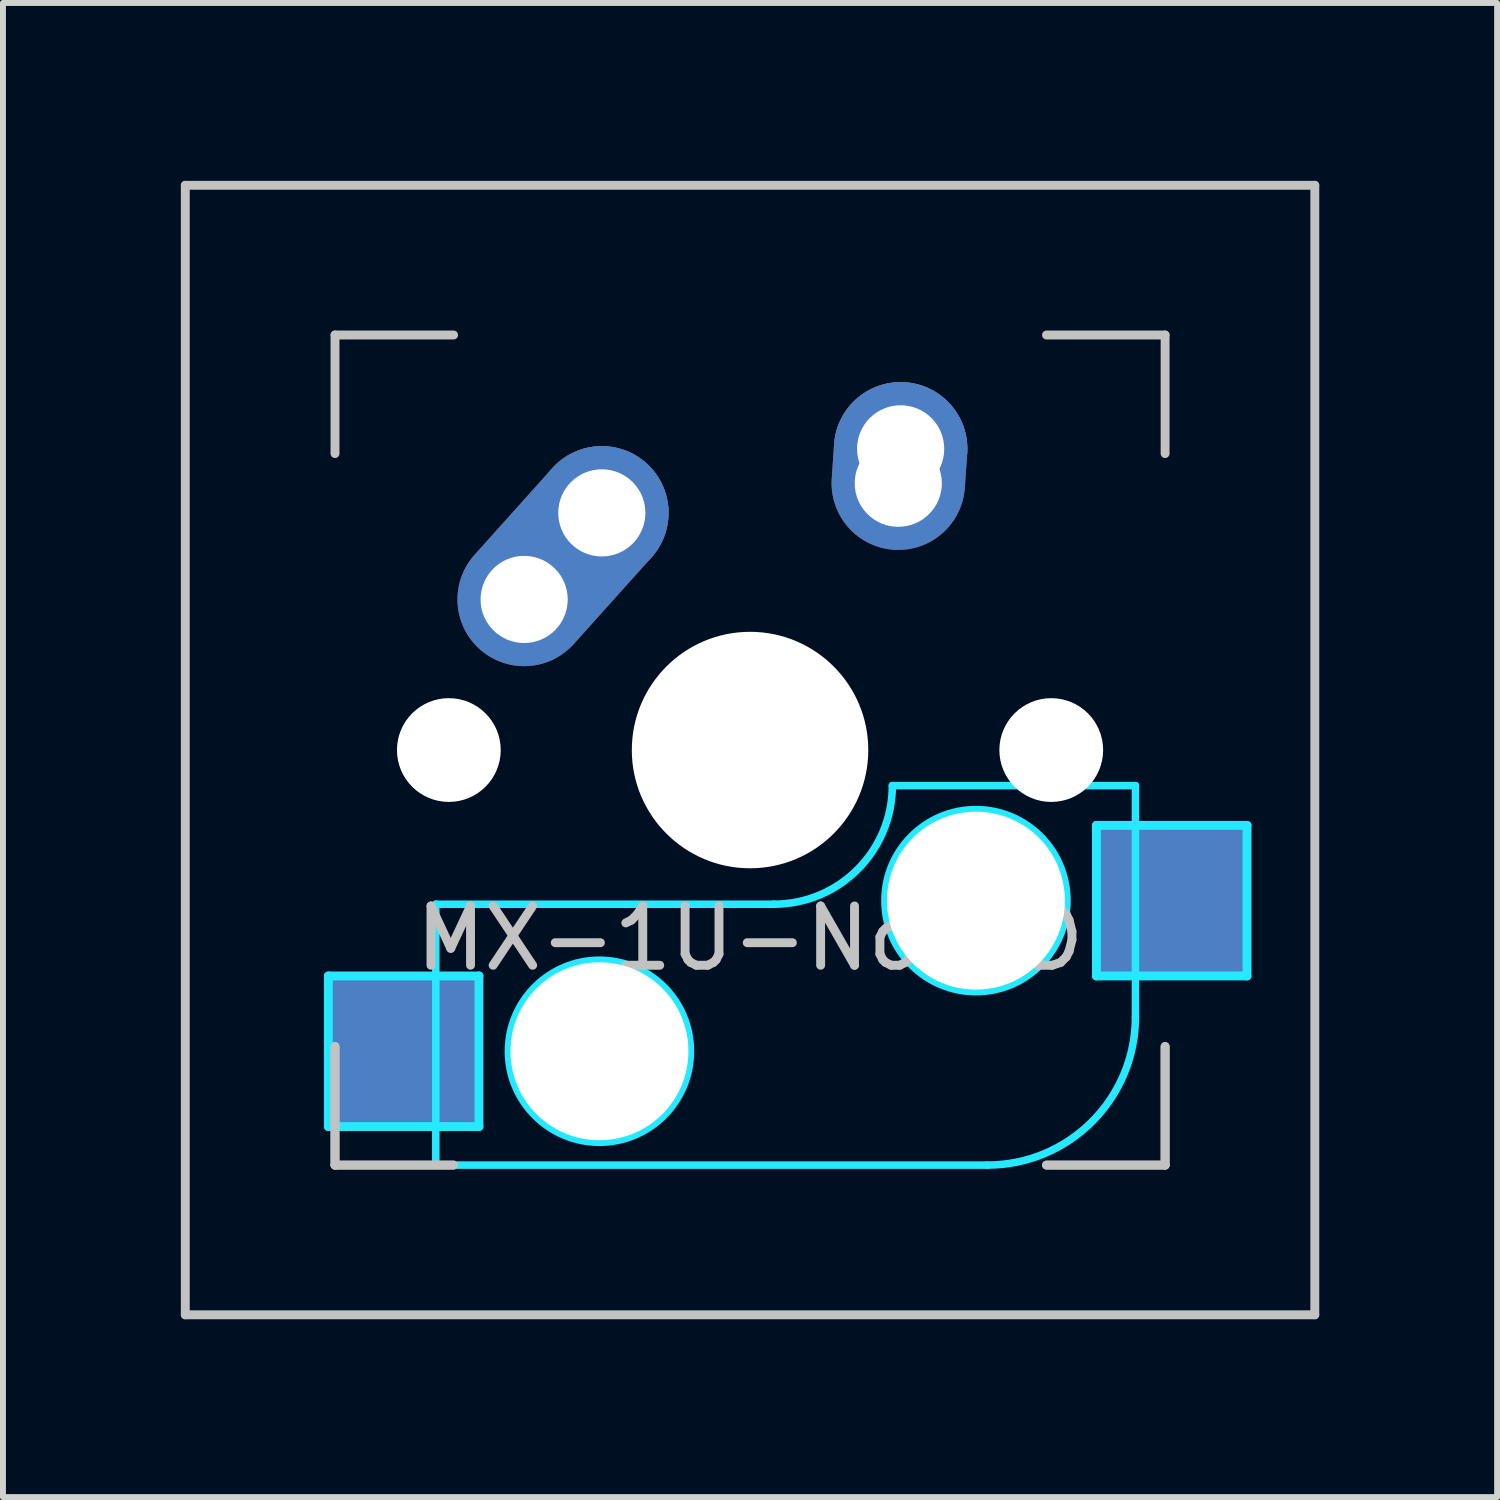
<source format=kicad_pcb>
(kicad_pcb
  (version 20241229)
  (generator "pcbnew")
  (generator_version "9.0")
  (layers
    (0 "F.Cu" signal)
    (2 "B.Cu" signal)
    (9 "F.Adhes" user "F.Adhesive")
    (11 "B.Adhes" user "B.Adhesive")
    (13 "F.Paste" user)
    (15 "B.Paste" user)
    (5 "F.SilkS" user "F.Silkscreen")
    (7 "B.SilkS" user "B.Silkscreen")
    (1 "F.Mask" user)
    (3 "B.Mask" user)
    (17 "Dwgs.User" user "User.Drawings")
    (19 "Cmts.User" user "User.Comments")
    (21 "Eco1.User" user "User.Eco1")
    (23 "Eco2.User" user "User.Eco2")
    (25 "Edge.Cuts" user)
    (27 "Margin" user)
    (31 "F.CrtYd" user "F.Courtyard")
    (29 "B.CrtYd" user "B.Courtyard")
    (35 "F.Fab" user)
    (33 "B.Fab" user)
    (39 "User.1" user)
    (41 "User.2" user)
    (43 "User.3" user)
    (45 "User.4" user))
  (footprint "MX-1U-NoLED"
    (layer "F.Cu")
    (at 9.6 9.6)
    (property "Reference" "MX-1U-NoLED" (at 0 3.175 0) (layer "Dwgs.User") (effects (font (size 1 1) (thickness 0.15))))
    (attr through_hole)
    (fp_line (start -9.525 -9.525) (end 9.525 -9.525) (stroke (width 0.15) (type solid)) (layer "Dwgs.User"))
    (fp_line (start -9.525 9.525) (end -9.525 -9.525) (stroke (width 0.15) (type solid)) (layer "Dwgs.User"))
    (fp_line (start -7 -7) (end -7 -5) (stroke (width 0.15) (type solid)) (layer "Dwgs.User"))
    (fp_line (start -7 5) (end -7 7) (stroke (width 0.15) (type solid)) (layer "Dwgs.User"))
    (fp_line (start -7 7) (end -7 5) (stroke (width 0.15) (type solid)) (layer "Dwgs.User"))
    (fp_line (start -7 7) (end -5 7) (stroke (width 0.15) (type solid)) (layer "Dwgs.User"))
    (fp_line (start -5 -7) (end -7 -7) (stroke (width 0.15) (type solid)) (layer "Dwgs.User"))
    (fp_line (start -5 7) (end -7 7) (stroke (width 0.15) (type solid)) (layer "Dwgs.User"))
    (fp_line (start 5 -7) (end 7 -7) (stroke (width 0.15) (type solid)) (layer "Dwgs.User"))
    (fp_line (start 5 7) (end 7 7) (stroke (width 0.15) (type solid)) (layer "Dwgs.User"))
    (fp_line (start 5 7) (end 7 7) (stroke (width 0.15) (type solid)) (layer "Dwgs.User"))
    (fp_line (start 7 -7) (end 7 -5) (stroke (width 0.15) (type solid)) (layer "Dwgs.User"))
    (fp_line (start 7 7) (end 7 5) (stroke (width 0.15) (type solid)) (layer "Dwgs.User"))
    (fp_line (start 7 7) (end 7 5) (stroke (width 0.15) (type solid)) (layer "Dwgs.User"))
    (fp_line (start 9.525 -9.525) (end 9.525 9.525) (stroke (width 0.15) (type solid)) (layer "Dwgs.User"))
    (fp_line (start 9.525 9.525) (end -9.525 9.525) (stroke (width 0.15) (type solid)) (layer "Dwgs.User"))
    (fp_line (start -7.112 3.81) (end -4.572 3.81) (stroke (width 0.15) (type solid)) (layer "B.CrtYd"))
    (fp_line (start -7.112 6.35) (end -7.112 3.81) (stroke (width 0.15) (type solid)) (layer "B.CrtYd"))
    (fp_line (start -5.3 7) (end -5.3 2.6) (stroke (width 0.127) (type solid)) (layer "B.CrtYd"))
    (fp_line (start -5.3 7) (end 4 7) (stroke (width 0.127) (type solid)) (layer "B.CrtYd"))
    (fp_line (start -4.572 3.81) (end -4.572 6.35) (stroke (width 0.15) (type solid)) (layer "B.CrtYd"))
    (fp_line (start -4.572 6.35) (end -7.112 6.35) (stroke (width 0.15) (type solid)) (layer "B.CrtYd"))
    (fp_line (start 0.4 2.6) (end -5.3 2.6) (stroke (width 0.127) (type solid)) (layer "B.CrtYd"))
    (fp_line (start 5.842 1.27) (end 5.842 3.81) (stroke (width 0.15) (type solid)) (layer "B.CrtYd"))
    (fp_line (start 5.842 3.81) (end 8.382 3.81) (stroke (width 0.15) (type solid)) (layer "B.CrtYd"))
    (fp_line (start 6.5 0.6) (end 2.4 0.6) (stroke (width 0.127) (type solid)) (layer "B.CrtYd"))
    (fp_line (start 6.5 4.5) (end 6.5 0.6) (stroke (width 0.127) (type solid)) (layer "B.CrtYd"))
    (fp_line (start 8.382 1.27) (end 5.842 1.27) (stroke (width 0.15) (type solid)) (layer "B.CrtYd"))
    (fp_line (start 8.382 3.81) (end 8.382 1.27) (stroke (width 0.15) (type solid)) (layer "B.CrtYd"))
    (fp_arc (start 2.4 0.6) (mid 1.814214 2.014214) (end 0.4 2.6) (stroke (width 0.127) (type solid)) (layer "B.CrtYd"))
    (fp_arc (start 6.5 4.5) (mid 5.767767 6.267767) (end 4 7) (stroke (width 0.127) (type solid)) (layer "B.CrtYd"))
    (fp_circle (center -2.54 5.08) (end -2.54 6.604) (stroke (width 0.15) (type solid)) (fill no) (layer "B.CrtYd"))
    (fp_circle (center 3.81 2.54) (end 3.81 4.064) (stroke (width 0.15) (type solid)) (fill no) (layer "B.CrtYd"))
    (pad "" np_thru_hole circle (at -5.08 0 48.1) (size 1.75 1.75) (drill 1.75) (layers "*.Cu" "*.Mask"))
    (pad "" np_thru_hole circle (at -2.54 5.08 180) (size 3 3) (drill 3) (layers "*.Cu" "*.Mask"))
    (pad "" np_thru_hole circle (at 0 0) (size 3.988 3.988) (drill 3.988) (layers "*.Cu" "*.Mask"))
    (pad "" np_thru_hole circle (at 3.81 2.54 180) (size 3 3) (drill 3) (layers "*.Cu" "*.Mask"))
    (pad "" np_thru_hole circle (at 5.08 0 48.1) (size 1.75 1.75) (drill 1.75) (layers "*.Cu" "*.Mask"))
    (pad "1" smd rect (at -5.842 5.08 180) (size 2.55 2.5) (layers "B.Cu" "B.Mask" "B.Paste"))
    (pad "1" thru_hole oval (at -3.81 -2.54 48.1) (size 4.212 2.25) (drill 1.47 (offset 0.981 0)) (layers "*.Cu" "B.Mask"))
    (pad "1" thru_hole circle (at -2.5 -4) (size 2.25 2.25) (drill 1.47) (layers "*.Cu" "B.Mask"))
    (pad "2" thru_hole oval (at 2.5 -4.5 86.055) (size 2.831 2.25) (drill 1.47 (offset 0.291 0)) (layers "*.Cu" "B.Mask"))
    (pad "2" thru_hole circle (at 2.54 -5.08) (size 2.25 2.25) (drill 1.47) (layers "*.Cu" "B.Mask"))
    (pad "2" smd rect (at 7.085 2.54 180) (size 2.55 2.5) (layers "B.Cu" "B.Mask" "B.Paste")))
  (gr_rect
    (start -3 -3)
    (end 22.2 22.2)
    (stroke (width 0.1) (type default))
    (fill no)
    (layer "Edge.Cuts")))
</source>
